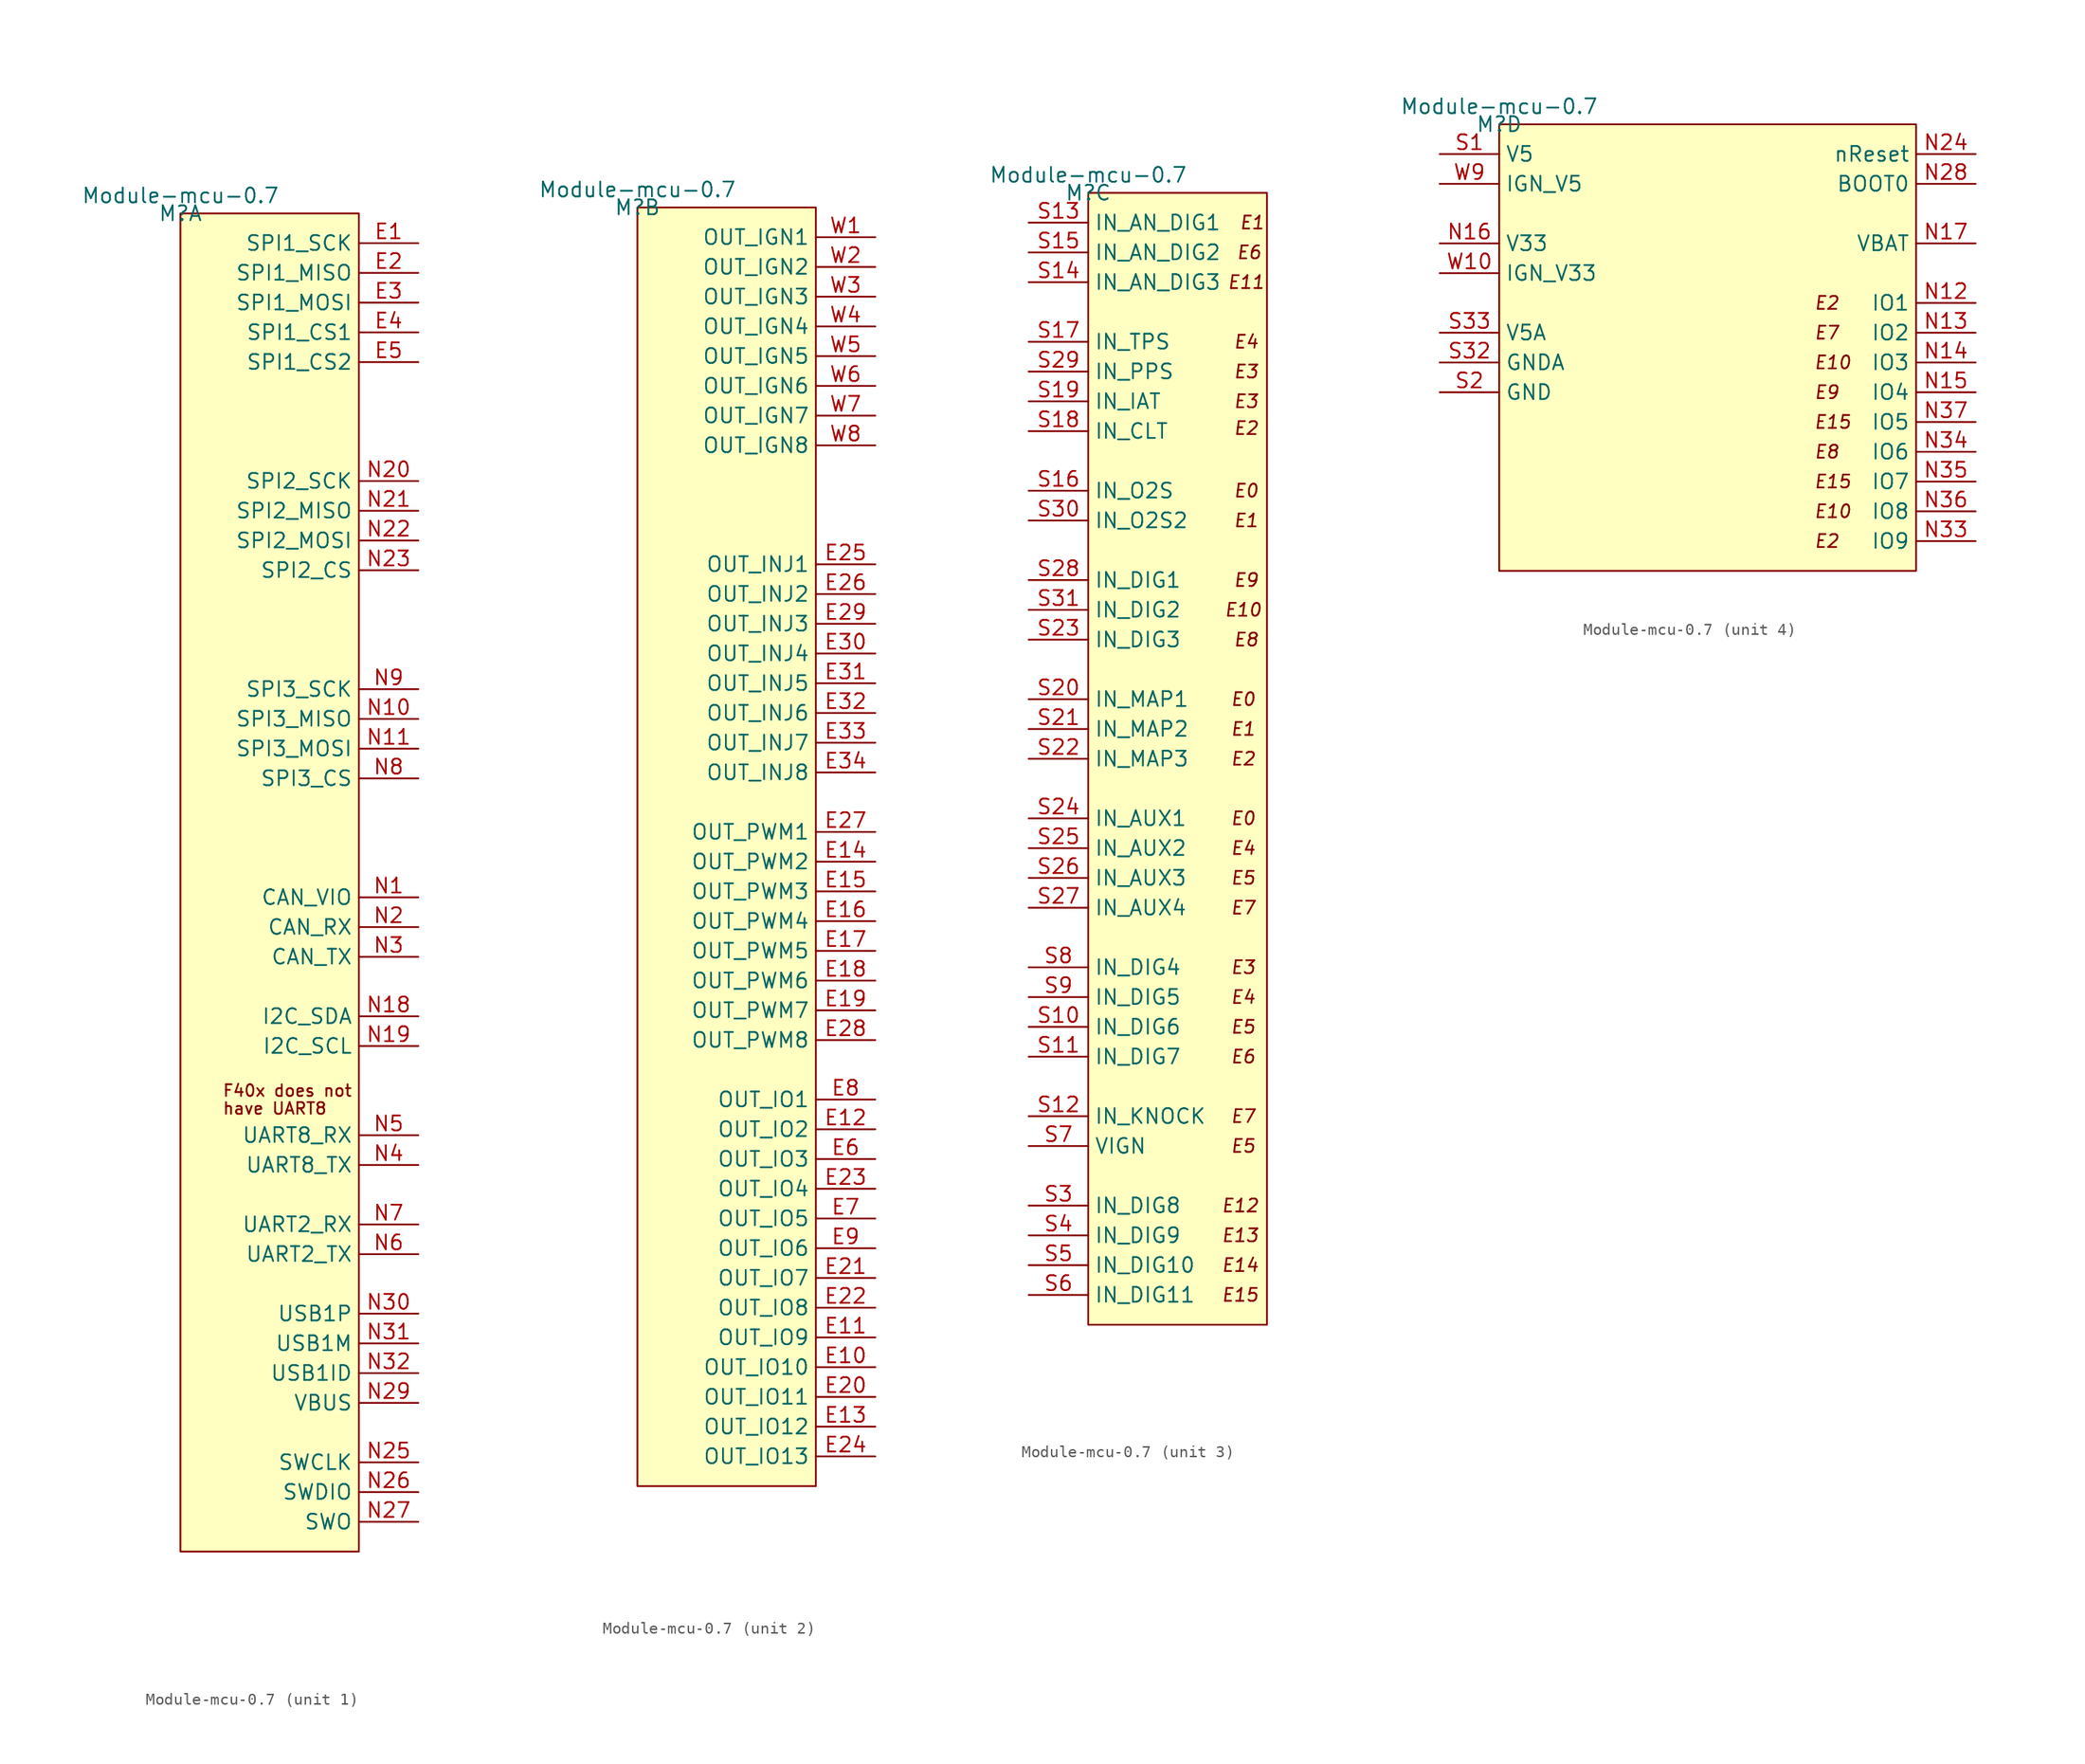
<source format=kicad_sym>
(kicad_symbol_lib
  (version 20211014)
  (generator kicad_symbol_editor)
  (symbol "Module-mcu-0.7"
    (property "Reference" "M"
      (at 0 0 0)
      (effects (font (size 1.27 1.27))))
    (property "Value" "Module-mcu-0.7"
      (at 0 1.524 0)
      (effects (font (size 1.27 1.27))))
    (symbol "Module-mcu-0.7_1_0"
      (rectangle (start 15.24 0) (end 0 -114.3) (stroke (width 0) (type default) (color 0 0 0 0)) (fill (type background)))
      (text "F40x does not" (at 3.556 -74.93 0) (effects (font (size 1 1)) (justify left)))
      (text "have UART8" (at 3.556 -76.454 0) (effects (font (size 1 1)) (justify left)))
      (pin passive line (at 20.32 -2.54 180) (length 5.08) (name "SPI1_SCK" (effects (font (size 1.27 1.27)))) (number "E1" (effects (font (size 1.27 1.27)))))
      (pin passive line (at 20.32 -5.08 180) (length 5.08) (name "SPI1_MISO" (effects (font (size 1.27 1.27)))) (number "E2" (effects (font (size 1.27 1.27)))))
      (pin passive line (at 20.32 -7.62 180) (length 5.08) (name "SPI1_MOSI" (effects (font (size 1.27 1.27)))) (number "E3" (effects (font (size 1.27 1.27)))))
      (pin passive line (at 20.32 -10.16 180) (length 5.08) (name "SPI1_CS1" (effects (font (size 1.27 1.27)))) (number "E4" (effects (font (size 1.27 1.27)))))
      (pin passive line (at 20.32 -12.7 180) (length 5.08) (name "SPI1_CS2" (effects (font (size 1.27 1.27)))) (number "E5" (effects (font (size 1.27 1.27)))))
      (pin passive line (at 20.32 -58.42 180) (length 5.08) (name "CAN_VIO" (effects (font (size 1.27 1.27)))) (number "N1" (effects (font (size 1.27 1.27)))))
      (pin passive line (at 20.32 -43.18 180) (length 5.08) (name "SPI3_MISO" (effects (font (size 1.27 1.27)))) (number "N10" (effects (font (size 1.27 1.27)))))
      (pin passive line (at 20.32 -45.72 180) (length 5.08) (name "SPI3_MOSI" (effects (font (size 1.27 1.27)))) (number "N11" (effects (font (size 1.27 1.27)))))
      (pin passive line (at 20.32 -68.58 180) (length 5.08) (name "I2C_SDA" (effects (font (size 1.27 1.27)))) (number "N18" (effects (font (size 1.27 1.27)))))
      (pin passive line (at 20.32 -71.12 180) (length 5.08) (name "I2C_SCL" (effects (font (size 1.27 1.27)))) (number "N19" (effects (font (size 1.27 1.27)))))
      (pin passive line (at 20.32 -60.96 180) (length 5.08) (name "CAN_RX" (effects (font (size 1.27 1.27)))) (number "N2" (effects (font (size 1.27 1.27)))))
      (pin passive line (at 20.32 -22.86 180) (length 5.08) (name "SPI2_SCK" (effects (font (size 1.27 1.27)))) (number "N20" (effects (font (size 1.27 1.27)))))
      (pin passive line (at 20.32 -25.4 180) (length 5.08) (name "SPI2_MISO" (effects (font (size 1.27 1.27)))) (number "N21" (effects (font (size 1.27 1.27)))))
      (pin passive line (at 20.32 -27.94 180) (length 5.08) (name "SPI2_MOSI" (effects (font (size 1.27 1.27)))) (number "N22" (effects (font (size 1.27 1.27)))))
      (pin passive line (at 20.32 -30.48 180) (length 5.08) (name "SPI2_CS" (effects (font (size 1.27 1.27)))) (number "N23" (effects (font (size 1.27 1.27)))))
      (pin passive line (at 20.32 -106.68 180) (length 5.08) (name "SWCLK" (effects (font (size 1.27 1.27)))) (number "N25" (effects (font (size 1.27 1.27)))))
      (pin passive line (at 20.32 -109.22 180) (length 5.08) (name "SWDIO" (effects (font (size 1.27 1.27)))) (number "N26" (effects (font (size 1.27 1.27)))))
      (pin passive line (at 20.32 -111.76 180) (length 5.08) (name "SWO" (effects (font (size 1.27 1.27)))) (number "N27" (effects (font (size 1.27 1.27)))))
      (pin passive line (at 20.32 -101.6 180) (length 5.08) (name "VBUS" (effects (font (size 1.27 1.27)))) (number "N29" (effects (font (size 1.27 1.27)))))
      (pin passive line (at 20.32 -63.5 180) (length 5.08) (name "CAN_TX" (effects (font (size 1.27 1.27)))) (number "N3" (effects (font (size 1.27 1.27)))))
      (pin passive line (at 20.32 -93.98 180) (length 5.08) (name "USB1P" (effects (font (size 1.27 1.27)))) (number "N30" (effects (font (size 1.27 1.27)))))
      (pin passive line (at 20.32 -96.52 180) (length 5.08) (name "USB1M" (effects (font (size 1.27 1.27)))) (number "N31" (effects (font (size 1.27 1.27)))))
      (pin passive line (at 20.32 -99.06 180) (length 5.08) (name "USB1ID" (effects (font (size 1.27 1.27)))) (number "N32" (effects (font (size 1.27 1.27)))))
      (pin passive line (at 20.32 -81.28 180) (length 5.08) (name "UART8_TX" (effects (font (size 1.27 1.27)))) (number "N4" (effects (font (size 1.27 1.27)))))
      (pin passive line (at 20.32 -78.74 180) (length 5.08) (name "UART8_RX" (effects (font (size 1.27 1.27)))) (number "N5" (effects (font (size 1.27 1.27)))))
      (pin passive line (at 20.32 -88.9 180) (length 5.08) (name "UART2_TX" (effects (font (size 1.27 1.27)))) (number "N6" (effects (font (size 1.27 1.27)))))
      (pin passive line (at 20.32 -86.36 180) (length 5.08) (name "UART2_RX" (effects (font (size 1.27 1.27)))) (number "N7" (effects (font (size 1.27 1.27)))))
      (pin passive line (at 20.32 -48.26 180) (length 5.08) (name "SPI3_CS" (effects (font (size 1.27 1.27)))) (number "N8" (effects (font (size 1.27 1.27)))))
      (pin passive line (at 20.32 -40.64 180) (length 5.08) (name "SPI3_SCK" (effects (font (size 1.27 1.27)))) (number "N9" (effects (font (size 1.27 1.27))))))
    (symbol "Module-mcu-0.7_2_0"
      (rectangle (start 15.24 0) (end 0 -109.22) (stroke (width 0) (type default) (color 0 0 0 0)) (fill (type background)))
      (pin passive line (at 20.32 -99.06 180) (length 5.08) (name "OUT_IO10" (effects (font (size 1.27 1.27)))) (number "E10" (effects (font (size 1.27 1.27)))))
      (pin passive line (at 20.32 -96.52 180) (length 5.08) (name "OUT_IO9" (effects (font (size 1.27 1.27)))) (number "E11" (effects (font (size 1.27 1.27)))))
      (pin passive line (at 20.32 -78.74 180) (length 5.08) (name "OUT_IO2" (effects (font (size 1.27 1.27)))) (number "E12" (effects (font (size 1.27 1.27)))))
      (pin passive line (at 20.32 -104.14 180) (length 5.08) (name "OUT_IO12" (effects (font (size 1.27 1.27)))) (number "E13" (effects (font (size 1.27 1.27)))))
      (pin passive line (at 20.32 -55.88 180) (length 5.08) (name "OUT_PWM2" (effects (font (size 1.27 1.27)))) (number "E14" (effects (font (size 1.27 1.27)))))
      (pin passive line (at 20.32 -58.42 180) (length 5.08) (name "OUT_PWM3" (effects (font (size 1.27 1.27)))) (number "E15" (effects (font (size 1.27 1.27)))))
      (pin passive line (at 20.32 -60.96 180) (length 5.08) (name "OUT_PWM4" (effects (font (size 1.27 1.27)))) (number "E16" (effects (font (size 1.27 1.27)))))
      (pin passive line (at 20.32 -63.5 180) (length 5.08) (name "OUT_PWM5" (effects (font (size 1.27 1.27)))) (number "E17" (effects (font (size 1.27 1.27)))))
      (pin passive line (at 20.32 -66.04 180) (length 5.08) (name "OUT_PWM6" (effects (font (size 1.27 1.27)))) (number "E18" (effects (font (size 1.27 1.27)))))
      (pin passive line (at 20.32 -68.58 180) (length 5.08) (name "OUT_PWM7" (effects (font (size 1.27 1.27)))) (number "E19" (effects (font (size 1.27 1.27)))))
      (pin passive line (at 20.32 -101.6 180) (length 5.08) (name "OUT_IO11" (effects (font (size 1.27 1.27)))) (number "E20" (effects (font (size 1.27 1.27)))))
      (pin passive line (at 20.32 -91.44 180) (length 5.08) (name "OUT_IO7" (effects (font (size 1.27 1.27)))) (number "E21" (effects (font (size 1.27 1.27)))))
      (pin passive line (at 20.32 -93.98 180) (length 5.08) (name "OUT_IO8" (effects (font (size 1.27 1.27)))) (number "E22" (effects (font (size 1.27 1.27)))))
      (pin passive line (at 20.32 -83.82 180) (length 5.08) (name "OUT_IO4" (effects (font (size 1.27 1.27)))) (number "E23" (effects (font (size 1.27 1.27)))))
      (pin passive line (at 20.32 -106.68 180) (length 5.08) (name "OUT_IO13" (effects (font (size 1.27 1.27)))) (number "E24" (effects (font (size 1.27 1.27)))))
      (pin passive line (at 20.32 -30.48 180) (length 5.08) (name "OUT_INJ1" (effects (font (size 1.27 1.27)))) (number "E25" (effects (font (size 1.27 1.27)))))
      (pin passive line (at 20.32 -33.02 180) (length 5.08) (name "OUT_INJ2" (effects (font (size 1.27 1.27)))) (number "E26" (effects (font (size 1.27 1.27)))))
      (pin passive line (at 20.32 -53.34 180) (length 5.08) (name "OUT_PWM1" (effects (font (size 1.27 1.27)))) (number "E27" (effects (font (size 1.27 1.27)))))
      (pin passive line (at 20.32 -71.12 180) (length 5.08) (name "OUT_PWM8" (effects (font (size 1.27 1.27)))) (number "E28" (effects (font (size 1.27 1.27)))))
      (pin passive line (at 20.32 -35.56 180) (length 5.08) (name "OUT_INJ3" (effects (font (size 1.27 1.27)))) (number "E29" (effects (font (size 1.27 1.27)))))
      (pin passive line (at 20.32 -38.1 180) (length 5.08) (name "OUT_INJ4" (effects (font (size 1.27 1.27)))) (number "E30" (effects (font (size 1.27 1.27)))))
      (pin passive line (at 20.32 -40.64 180) (length 5.08) (name "OUT_INJ5" (effects (font (size 1.27 1.27)))) (number "E31" (effects (font (size 1.27 1.27)))))
      (pin passive line (at 20.32 -43.18 180) (length 5.08) (name "OUT_INJ6" (effects (font (size 1.27 1.27)))) (number "E32" (effects (font (size 1.27 1.27)))))
      (pin passive line (at 20.32 -45.72 180) (length 5.08) (name "OUT_INJ7" (effects (font (size 1.27 1.27)))) (number "E33" (effects (font (size 1.27 1.27)))))
      (pin passive line (at 20.32 -48.26 180) (length 5.08) (name "OUT_INJ8" (effects (font (size 1.27 1.27)))) (number "E34" (effects (font (size 1.27 1.27)))))
      (pin passive line (at 20.32 -81.28 180) (length 5.08) (name "OUT_IO3" (effects (font (size 1.27 1.27)))) (number "E6" (effects (font (size 1.27 1.27)))))
      (pin passive line (at 20.32 -86.36 180) (length 5.08) (name "OUT_IO5" (effects (font (size 1.27 1.27)))) (number "E7" (effects (font (size 1.27 1.27)))))
      (pin passive line (at 20.32 -76.2 180) (length 5.08) (name "OUT_IO1" (effects (font (size 1.27 1.27)))) (number "E8" (effects (font (size 1.27 1.27)))))
      (pin passive line (at 20.32 -88.9 180) (length 5.08) (name "OUT_IO6" (effects (font (size 1.27 1.27)))) (number "E9" (effects (font (size 1.27 1.27)))))
      (pin passive line (at 20.32 -2.54 180) (length 5.08) (name "OUT_IGN1" (effects (font (size 1.27 1.27)))) (number "W1" (effects (font (size 1.27 1.27)))))
      (pin passive line (at 20.32 -5.08 180) (length 5.08) (name "OUT_IGN2" (effects (font (size 1.27 1.27)))) (number "W2" (effects (font (size 1.27 1.27)))))
      (pin passive line (at 20.32 -7.62 180) (length 5.08) (name "OUT_IGN3" (effects (font (size 1.27 1.27)))) (number "W3" (effects (font (size 1.27 1.27)))))
      (pin passive line (at 20.32 -10.16 180) (length 5.08) (name "OUT_IGN4" (effects (font (size 1.27 1.27)))) (number "W4" (effects (font (size 1.27 1.27)))))
      (pin passive line (at 20.32 -12.7 180) (length 5.08) (name "OUT_IGN5" (effects (font (size 1.27 1.27)))) (number "W5" (effects (font (size 1.27 1.27)))))
      (pin passive line (at 20.32 -15.24 180) (length 5.08) (name "OUT_IGN6" (effects (font (size 1.27 1.27)))) (number "W6" (effects (font (size 1.27 1.27)))))
      (pin passive line (at 20.32 -17.78 180) (length 5.08) (name "OUT_IGN7" (effects (font (size 1.27 1.27)))) (number "W7" (effects (font (size 1.27 1.27)))))
      (pin passive line (at 20.32 -20.32 180) (length 5.08) (name "OUT_IGN8" (effects (font (size 1.27 1.27)))) (number "W8" (effects (font (size 1.27 1.27))))))
    (symbol "Module-mcu-0.7_3_0"
      (rectangle (start 15.24 0) (end 0 -96.52) (stroke (width 0) (type default) (color 0 0 0 0)) (fill (type background)))
      (text "E0" (at 13.208 -53.34 0) (effects (font (size 1.1 1.1) italic)))
      (text "E0" (at 13.208 -43.18 0) (effects (font (size 1.1 1.1) italic)))
      (text "E0" (at 13.462 -25.4 0) (effects (font (size 1.1 1.1) italic)))
      (text "E1" (at 13.208 -45.72 0) (effects (font (size 1.1 1.1) italic)))
      (text "E1" (at 13.462 -27.94 0) (effects (font (size 1.1 1.1) italic)))
      (text "E1" (at 13.97 -2.54 0) (effects (font (size 1.1 1.1) italic)))
      (text "E10" (at 13.208 -35.56 0) (effects (font (size 1.1 1.1) italic)))
      (text "E11" (at 13.462 -7.62 0) (effects (font (size 1.1 1.1) italic)))
      (text "E12" (at 12.954 -86.36 0) (effects (font (size 1.1 1.1) italic)))
      (text "E13" (at 12.954 -88.9 0) (effects (font (size 1.1 1.1) italic)))
      (text "E14" (at 12.954 -91.44 0) (effects (font (size 1.1 1.1) italic)))
      (text "E15" (at 12.954 -93.98 0) (effects (font (size 1.1 1.1) italic)))
      (text "E2" (at 13.208 -48.26 0) (effects (font (size 1.1 1.1) italic)))
      (text "E2" (at 13.462 -20.066 0) (effects (font (size 1.1 1.1) italic)))
      (text "E3" (at 13.208 -66.04 0) (effects (font (size 1.1 1.1) italic)))
      (text "E3" (at 13.462 -17.78 0) (effects (font (size 1.1 1.1) italic)))
      (text "E3" (at 13.462 -15.24 0) (effects (font (size 1.1 1.1) italic)))
      (text "E4" (at 13.208 -68.58 0) (effects (font (size 1.1 1.1) italic)))
      (text "E4" (at 13.208 -55.88 0) (effects (font (size 1.1 1.1) italic)))
      (text "E4" (at 13.462 -12.7 0) (effects (font (size 1.1 1.1) italic)))
      (text "E5" (at 13.208 -81.28 0) (effects (font (size 1.1 1.1) italic)))
      (text "E5" (at 13.208 -71.12 0) (effects (font (size 1.1 1.1) italic)))
      (text "E5" (at 13.208 -58.42 0) (effects (font (size 1.1 1.1) italic)))
      (text "E6" (at 13.208 -73.66 0) (effects (font (size 1.1 1.1) italic)))
      (text "E6" (at 13.716 -5.08 0) (effects (font (size 1.1 1.1) italic)))
      (text "E7" (at 13.208 -78.74 0) (effects (font (size 1.1 1.1) italic)))
      (text "E7" (at 13.208 -60.96 0) (effects (font (size 1.1 1.1) italic)))
      (text "E8" (at 13.462 -38.1 0) (effects (font (size 1.1 1.1) italic)))
      (text "E9" (at 13.462 -33.02 0) (effects (font (size 1.1 1.1) italic)))
      (pin passive line (at -5.08 -71.12 0) (length 5.08) (name "IN_DIG6" (effects (font (size 1.27 1.27)))) (number "S10" (effects (font (size 1.27 1.27)))))
      (pin passive line (at -5.08 -73.66 0) (length 5.08) (name "IN_DIG7" (effects (font (size 1.27 1.27)))) (number "S11" (effects (font (size 1.27 1.27)))))
      (pin passive line (at -5.08 -78.74 0) (length 5.08) (name "IN_KNOCK" (effects (font (size 1.27 1.27)))) (number "S12" (effects (font (size 1.27 1.27)))))
      (pin passive line (at -5.08 -2.54 0) (length 5.08) (name "IN_AN_DIG1" (effects (font (size 1.27 1.27)))) (number "S13" (effects (font (size 1.27 1.27)))))
      (pin passive line (at -5.08 -7.62 0) (length 5.08) (name "IN_AN_DIG3" (effects (font (size 1.27 1.27)))) (number "S14" (effects (font (size 1.27 1.27)))))
      (pin passive line (at -5.08 -5.08 0) (length 5.08) (name "IN_AN_DIG2" (effects (font (size 1.27 1.27)))) (number "S15" (effects (font (size 1.27 1.27)))))
      (pin passive line (at -5.08 -25.4 0) (length 5.08) (name "IN_O2S" (effects (font (size 1.27 1.27)))) (number "S16" (effects (font (size 1.27 1.27)))))
      (pin passive line (at -5.08 -12.7 0) (length 5.08) (name "IN_TPS" (effects (font (size 1.27 1.27)))) (number "S17" (effects (font (size 1.27 1.27)))))
      (pin passive line (at -5.08 -20.32 0) (length 5.08) (name "IN_CLT" (effects (font (size 1.27 1.27)))) (number "S18" (effects (font (size 1.27 1.27)))))
      (pin passive line (at -5.08 -17.78 0) (length 5.08) (name "IN_IAT" (effects (font (size 1.27 1.27)))) (number "S19" (effects (font (size 1.27 1.27)))))
      (pin passive line (at -5.08 -43.18 0) (length 5.08) (name "IN_MAP1" (effects (font (size 1.27 1.27)))) (number "S20" (effects (font (size 1.27 1.27)))))
      (pin passive line (at -5.08 -45.72 0) (length 5.08) (name "IN_MAP2" (effects (font (size 1.27 1.27)))) (number "S21" (effects (font (size 1.27 1.27)))))
      (pin passive line (at -5.08 -48.26 0) (length 5.08) (name "IN_MAP3" (effects (font (size 1.27 1.27)))) (number "S22" (effects (font (size 1.27 1.27)))))
      (pin passive line (at -5.08 -38.1 0) (length 5.08) (name "IN_DIG3" (effects (font (size 1.27 1.27)))) (number "S23" (effects (font (size 1.27 1.27)))))
      (pin passive line (at -5.08 -53.34 0) (length 5.08) (name "IN_AUX1" (effects (font (size 1.27 1.27)))) (number "S24" (effects (font (size 1.27 1.27)))))
      (pin passive line (at -5.08 -55.88 0) (length 5.08) (name "IN_AUX2" (effects (font (size 1.27 1.27)))) (number "S25" (effects (font (size 1.27 1.27)))))
      (pin passive line (at -5.08 -58.42 0) (length 5.08) (name "IN_AUX3" (effects (font (size 1.27 1.27)))) (number "S26" (effects (font (size 1.27 1.27)))))
      (pin passive line (at -5.08 -60.96 0) (length 5.08) (name "IN_AUX4" (effects (font (size 1.27 1.27)))) (number "S27" (effects (font (size 1.27 1.27)))))
      (pin passive line (at -5.08 -33.02 0) (length 5.08) (name "IN_DIG1" (effects (font (size 1.27 1.27)))) (number "S28" (effects (font (size 1.27 1.27)))))
      (pin passive line (at -5.08 -15.24 0) (length 5.08) (name "IN_PPS" (effects (font (size 1.27 1.27)))) (number "S29" (effects (font (size 1.27 1.27)))))
      (pin passive line (at -5.08 -86.36 0) (length 5.08) (name "IN_DIG8" (effects (font (size 1.27 1.27)))) (number "S3" (effects (font (size 1.27 1.27)))))
      (pin passive line (at -5.08 -27.94 0) (length 5.08) (name "IN_O2S2" (effects (font (size 1.27 1.27)))) (number "S30" (effects (font (size 1.27 1.27)))))
      (pin passive line (at -5.08 -35.56 0) (length 5.08) (name "IN_DIG2" (effects (font (size 1.27 1.27)))) (number "S31" (effects (font (size 1.27 1.27)))))
      (pin passive line (at -5.08 -88.9 0) (length 5.08) (name "IN_DIG9" (effects (font (size 1.27 1.27)))) (number "S4" (effects (font (size 1.27 1.27)))))
      (pin passive line (at -5.08 -91.44 0) (length 5.08) (name "IN_DIG10" (effects (font (size 1.27 1.27)))) (number "S5" (effects (font (size 1.27 1.27)))))
      (pin passive line (at -5.08 -93.98 0) (length 5.08) (name "IN_DIG11" (effects (font (size 1.27 1.27)))) (number "S6" (effects (font (size 1.27 1.27)))))
      (pin passive line (at -5.08 -81.28 0) (length 5.08) (name "VIGN" (effects (font (size 1.27 1.27)))) (number "S7" (effects (font (size 1.27 1.27)))))
      (pin passive line (at -5.08 -66.04 0) (length 5.08) (name "IN_DIG4" (effects (font (size 1.27 1.27)))) (number "S8" (effects (font (size 1.27 1.27)))))
      (pin passive line (at -5.08 -68.58 0) (length 5.08) (name "IN_DIG5" (effects (font (size 1.27 1.27)))) (number "S9" (effects (font (size 1.27 1.27))))))
    (symbol "Module-mcu-0.7_4_0"
      (rectangle (start 0 0) (end 35.56 -38.1) (stroke (width 0) (type default) (color 0 0 0 0)) (fill (type background)))
      (text "E10" (at 28.448 -33.02 0) (effects (font (size 1.1 1.1) italic)))
      (text "E10" (at 28.448 -20.32 0) (effects (font (size 1.1 1.1) italic)))
      (text "E15" (at 28.448 -30.48 0) (effects (font (size 1.1 1.1) italic)))
      (text "E15" (at 28.448 -25.4 0) (effects (font (size 1.1 1.1) italic)))
      (text "E2" (at 27.94 -35.56 0) (effects (font (size 1.1 1.1) italic)))
      (text "E2" (at 27.94 -15.24 0) (effects (font (size 1.1 1.1) italic)))
      (text "E7" (at 27.94 -17.78 0) (effects (font (size 1.1 1.1) italic)))
      (text "E8" (at 27.94 -27.94 0) (effects (font (size 1.1 1.1) italic)))
      (text "E9" (at 27.94 -22.86 0) (effects (font (size 1.1 1.1) italic)))
      (pin passive line (at 40.64 -15.24 180) (length 5.08) (name "IO1" (effects (font (size 1.27 1.27)))) (number "N12" (effects (font (size 1.27 1.27)))))
      (pin passive line (at 40.64 -17.78 180) (length 5.08) (name "IO2" (effects (font (size 1.27 1.27)))) (number "N13" (effects (font (size 1.27 1.27)))))
      (pin passive line (at 40.64 -20.32 180) (length 5.08) (name "IO3" (effects (font (size 1.27 1.27)))) (number "N14" (effects (font (size 1.27 1.27)))))
      (pin passive line (at 40.64 -22.86 180) (length 5.08) (name "IO4" (effects (font (size 1.27 1.27)))) (number "N15" (effects (font (size 1.27 1.27)))))
      (pin passive line (at -5.08 -10.16 0) (length 5.08) (name "V33" (effects (font (size 1.27 1.27)))) (number "N16" (effects (font (size 1.27 1.27)))))
      (pin passive line (at 40.64 -10.16 180) (length 5.08) (name "VBAT" (effects (font (size 1.27 1.27)))) (number "N17" (effects (font (size 1.27 1.27)))))
      (pin passive line (at 40.64 -2.54 180) (length 5.08) (name "nReset" (effects (font (size 1.27 1.27)))) (number "N24" (effects (font (size 1.27 1.27)))))
      (pin passive line (at 40.64 -5.08 180) (length 5.08) (name "BOOT0" (effects (font (size 1.27 1.27)))) (number "N28" (effects (font (size 1.27 1.27)))))
      (pin passive line (at 40.64 -35.56 180) (length 5.08) (name "IO9" (effects (font (size 1.27 1.27)))) (number "N33" (effects (font (size 1.27 1.27)))))
      (pin passive line (at 40.64 -27.94 180) (length 5.08) (name "IO6" (effects (font (size 1.27 1.27)))) (number "N34" (effects (font (size 1.27 1.27)))))
      (pin passive line (at 40.64 -30.48 180) (length 5.08) (name "IO7" (effects (font (size 1.27 1.27)))) (number "N35" (effects (font (size 1.27 1.27)))))
      (pin passive line (at 40.64 -33.02 180) (length 5.08) (name "IO8" (effects (font (size 1.27 1.27)))) (number "N36" (effects (font (size 1.27 1.27)))))
      (pin passive line (at 40.64 -25.4 180) (length 5.08) (name "IO5" (effects (font (size 1.27 1.27)))) (number "N37" (effects (font (size 1.27 1.27)))))
      (pin passive line (at -5.08 -2.54 0) (length 5.08) (name "V5" (effects (font (size 1.27 1.27)))) (number "S1" (effects (font (size 1.27 1.27)))))
      (pin passive line (at -5.08 -22.86 0) (length 5.08) (name "GND" (effects (font (size 1.27 1.27)))) (number "S2" (effects (font (size 1.27 1.27)))))
      (pin passive line (at -5.08 -20.32 0) (length 5.08) (name "GNDA" (effects (font (size 1.27 1.27)))) (number "S32" (effects (font (size 1.27 1.27)))))
      (pin passive line (at -5.08 -17.78 0) (length 5.08) (name "V5A" (effects (font (size 1.27 1.27)))) (number "S33" (effects (font (size 1.27 1.27)))))
      (pin passive line (at -5.08 -12.7 0) (length 5.08) (name "IGN_V33" (effects (font (size 1.27 1.27)))) (number "W10" (effects (font (size 1.27 1.27)))))
      (pin passive line (at -5.08 -5.08 0) (length 5.08) (name "IGN_V5" (effects (font (size 1.27 1.27)))) (number "W9" (effects (font (size 1.27 1.27))))))))
</source>
